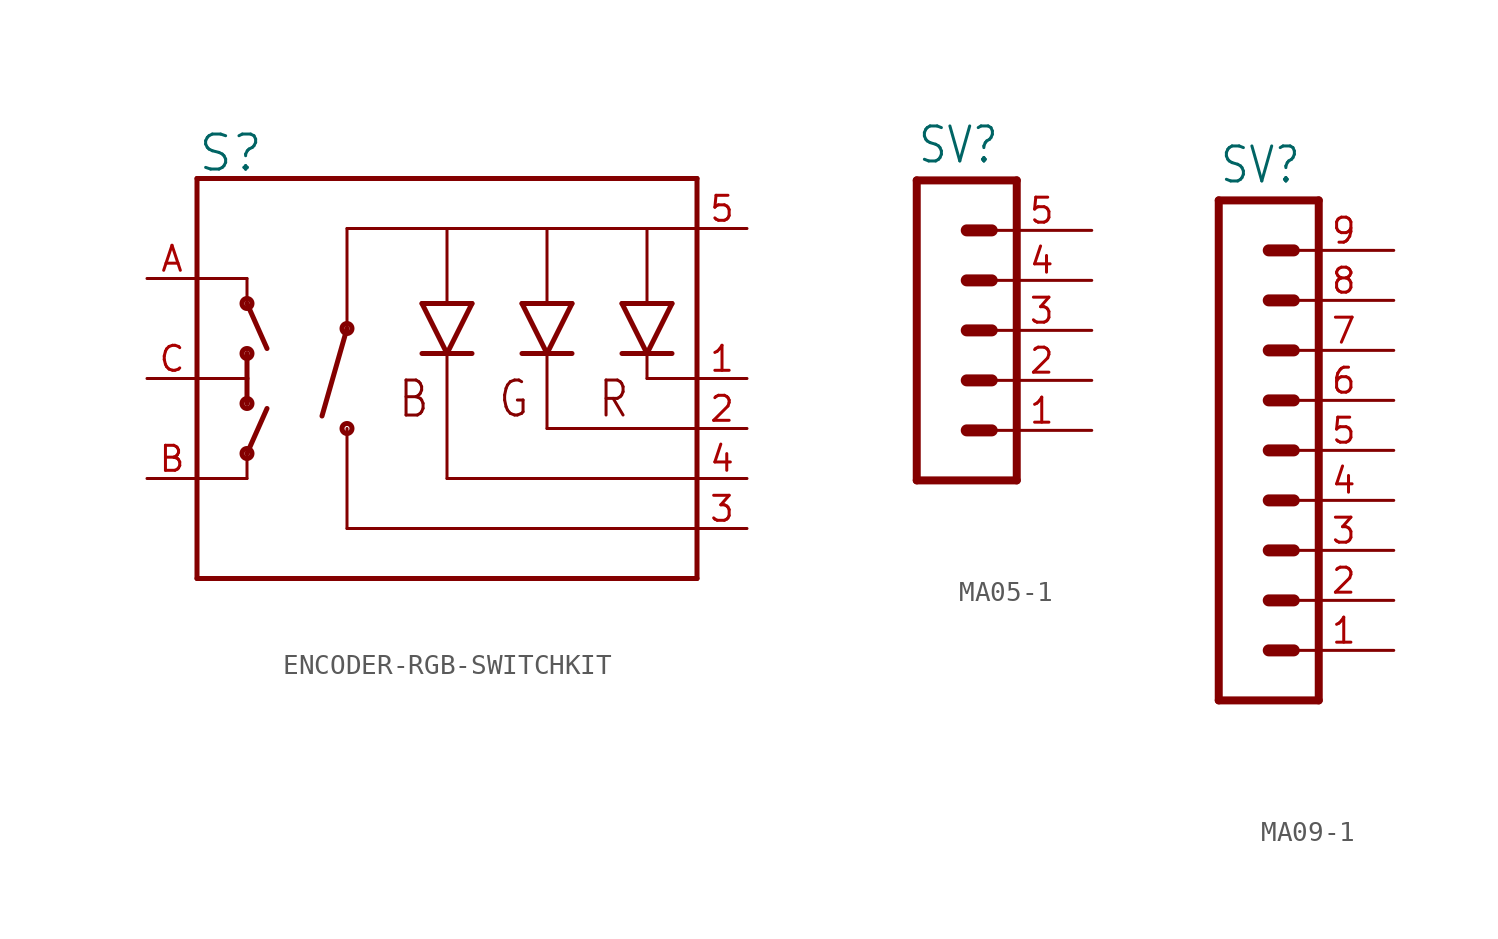
<source format=kicad_sym>
(kicad_symbol_lib
  (version 20220914)
  (generator kicad_symbol_editor)
  (symbol "ENCODER-RGB-SWITCHKIT"
    (property "Reference" "S"
      (at -12.7 10.414 0)
      (effects (font (size 1.778 1.778)) (justify left bottom)))
    (property "Value" ""
      (at -12.7 -10.541 0)
      (effects (font (size 1.778 1.778)) (justify left top)))
    (property "ki_locked" ""
      (at 0 0 0)
      (effects (font (size 1.27 1.27))))
    (symbol "ENCODER-RGB-SWITCHKIT_1_0"
      (circle (center -10.16 -3.81) (radius 0.254) (stroke (width 0.254) (type solid)) (fill (type none)))
      (circle (center -10.16 -1.27) (radius 0.254) (stroke (width 0.254) (type solid)) (fill (type none)))
      (circle (center -10.16 1.27) (radius 0.254) (stroke (width 0.254) (type solid)) (fill (type none)))
      (circle (center -10.16 3.81) (radius 0.254) (stroke (width 0.254) (type solid)) (fill (type none)))
      (circle (center -5.08 -2.54) (radius 0.254) (stroke (width 0.254) (type solid)) (fill (type none)))
      (circle (center -5.08 2.54) (radius 0.254) (stroke (width 0.254) (type solid)) (fill (type none)))
      (polyline (pts (xy -12.7 -10.16) (xy 12.7 -10.16)) (stroke (width 0.254) (type solid)) (fill (type none)))
      (polyline (pts (xy -12.7 -5.08) (xy -12.7 -10.16)) (stroke (width 0.254) (type solid)) (fill (type none)))
      (polyline (pts (xy -12.7 0) (xy -12.7 -5.08)) (stroke (width 0.254) (type solid)) (fill (type none)))
      (polyline (pts (xy -12.7 5.08) (xy -12.7 0)) (stroke (width 0.254) (type solid)) (fill (type none)))
      (polyline (pts (xy -12.7 5.08) (xy -10.16 5.08)) (stroke (width 0.152) (type solid)) (fill (type none)))
      (polyline (pts (xy -12.7 10.16) (xy -12.7 5.08)) (stroke (width 0.254) (type solid)) (fill (type none)))
      (polyline (pts (xy -10.16 -5.08) (xy -12.7 -5.08)) (stroke (width 0.152) (type solid)) (fill (type none)))
      (polyline (pts (xy -10.16 -5.08) (xy -10.16 -3.81)) (stroke (width 0.152) (type solid)) (fill (type none)))
      (polyline (pts (xy -10.16 -3.81) (xy -9.144 -1.524)) (stroke (width 0.254) (type solid)) (fill (type none)))
      (polyline (pts (xy -10.16 0) (xy -12.7 0)) (stroke (width 0.152) (type solid)) (fill (type none)))
      (polyline (pts (xy -10.16 0) (xy -10.16 -1.27)) (stroke (width 0.254) (type solid)) (fill (type none)))
      (polyline (pts (xy -10.16 0) (xy -10.16 1.27)) (stroke (width 0.254) (type solid)) (fill (type none)))
      (polyline (pts (xy -10.16 3.81) (xy -9.144 1.524)) (stroke (width 0.254) (type solid)) (fill (type none)))
      (polyline (pts (xy -10.16 5.08) (xy -10.16 3.81)) (stroke (width 0.152) (type solid)) (fill (type none)))
      (polyline (pts (xy -5.08 -7.62) (xy -5.08 -2.54)) (stroke (width 0.152) (type solid)) (fill (type none)))
      (polyline (pts (xy -5.08 -7.62) (xy 12.7 -7.62)) (stroke (width 0.152) (type solid)) (fill (type none)))
      (polyline (pts (xy -5.08 2.54) (xy -6.35 -1.905)) (stroke (width 0.254) (type solid)) (fill (type none)))
      (polyline (pts (xy -5.08 7.62) (xy -5.08 2.54)) (stroke (width 0.152) (type solid)) (fill (type none)))
      (polyline (pts (xy -5.08 7.62) (xy 0 7.62)) (stroke (width 0.152) (type solid)) (fill (type none)))
      (polyline (pts (xy -1.27 1.27) (xy 0 1.27)) (stroke (width 0.254) (type solid)) (fill (type none)))
      (polyline (pts (xy -1.27 3.81) (xy 0 1.27)) (stroke (width 0.254) (type solid)) (fill (type none)))
      (polyline (pts (xy -1.27 3.81) (xy 0 3.81)) (stroke (width 0.254) (type solid)) (fill (type none)))
      (polyline (pts (xy 0 -5.08) (xy 0 1.27)) (stroke (width 0.152) (type solid)) (fill (type none)))
      (polyline (pts (xy 0 -5.08) (xy 12.7 -5.08)) (stroke (width 0.152) (type solid)) (fill (type none)))
      (polyline (pts (xy 0 1.27) (xy 1.27 1.27)) (stroke (width 0.254) (type solid)) (fill (type none)))
      (polyline (pts (xy 0 1.27) (xy 1.27 3.81)) (stroke (width 0.254) (type solid)) (fill (type none)))
      (polyline (pts (xy 0 3.81) (xy 1.27 3.81)) (stroke (width 0.254) (type solid)) (fill (type none)))
      (polyline (pts (xy 0 7.62) (xy 0 3.81)) (stroke (width 0.152) (type solid)) (fill (type none)))
      (polyline (pts (xy 0 7.62) (xy 5.08 7.62)) (stroke (width 0.152) (type solid)) (fill (type none)))
      (polyline (pts (xy 3.81 1.27) (xy 5.08 1.27)) (stroke (width 0.254) (type solid)) (fill (type none)))
      (polyline (pts (xy 3.81 3.81) (xy 5.08 1.27)) (stroke (width 0.254) (type solid)) (fill (type none)))
      (polyline (pts (xy 3.81 3.81) (xy 5.08 3.81)) (stroke (width 0.254) (type solid)) (fill (type none)))
      (polyline (pts (xy 5.08 -2.54) (xy 5.08 1.27)) (stroke (width 0.152) (type solid)) (fill (type none)))
      (polyline (pts (xy 5.08 -2.54) (xy 12.7 -2.54)) (stroke (width 0.152) (type solid)) (fill (type none)))
      (polyline (pts (xy 5.08 1.27) (xy 6.35 1.27)) (stroke (width 0.254) (type solid)) (fill (type none)))
      (polyline (pts (xy 5.08 1.27) (xy 6.35 3.81)) (stroke (width 0.254) (type solid)) (fill (type none)))
      (polyline (pts (xy 5.08 3.81) (xy 6.35 3.81)) (stroke (width 0.254) (type solid)) (fill (type none)))
      (polyline (pts (xy 5.08 7.62) (xy 5.08 3.81)) (stroke (width 0.152) (type solid)) (fill (type none)))
      (polyline (pts (xy 5.08 7.62) (xy 10.16 7.62)) (stroke (width 0.152) (type solid)) (fill (type none)))
      (polyline (pts (xy 8.89 1.27) (xy 10.16 1.27)) (stroke (width 0.254) (type solid)) (fill (type none)))
      (polyline (pts (xy 8.89 3.81) (xy 10.16 1.27)) (stroke (width 0.254) (type solid)) (fill (type none)))
      (polyline (pts (xy 8.89 3.81) (xy 10.16 3.81)) (stroke (width 0.254) (type solid)) (fill (type none)))
      (polyline (pts (xy 10.16 0) (xy 10.16 1.27)) (stroke (width 0.152) (type solid)) (fill (type none)))
      (polyline (pts (xy 10.16 0) (xy 12.7 0)) (stroke (width 0.152) (type solid)) (fill (type none)))
      (polyline (pts (xy 10.16 1.27) (xy 11.43 1.27)) (stroke (width 0.254) (type solid)) (fill (type none)))
      (polyline (pts (xy 10.16 1.27) (xy 11.43 3.81)) (stroke (width 0.254) (type solid)) (fill (type none)))
      (polyline (pts (xy 10.16 3.81) (xy 11.43 3.81)) (stroke (width 0.254) (type solid)) (fill (type none)))
      (polyline (pts (xy 10.16 7.62) (xy 10.16 3.81)) (stroke (width 0.152) (type solid)) (fill (type none)))
      (polyline (pts (xy 10.16 7.62) (xy 12.7 7.62)) (stroke (width 0.152) (type solid)) (fill (type none)))
      (polyline (pts (xy 12.7 10.16) (xy -12.7 10.16)) (stroke (width 0.254) (type solid)) (fill (type none)))
      (polyline (pts (xy 12.7 10.16) (xy 12.7 -10.16)) (stroke (width 0.254) (type solid)) (fill (type none)))
      (text "B" (at -2.54 0 0) (effects (font (size 1.778 1.511)) (justify left top)))
      (text "G" (at 2.54 0 0) (effects (font (size 1.778 1.511)) (justify left top)))
      (text "R" (at 7.62 0 0) (effects (font (size 1.778 1.511)) (justify left top)))
      (pin passive line (at 15.24 0 180) (length 2.54) (name "-R" (effects (font (size 0 0)))) (number "1" (effects (font (size 1.27 1.27)))))
      (pin passive line (at 15.24 -2.54 180) (length 2.54) (name "-G" (effects (font (size 0 0)))) (number "2" (effects (font (size 1.27 1.27)))))
      (pin passive line (at 15.24 -7.62 180) (length 2.54) (name "SW" (effects (font (size 0 0)))) (number "3" (effects (font (size 1.27 1.27)))))
      (pin passive line (at 15.24 -5.08 180) (length 2.54) (name "-B" (effects (font (size 0 0)))) (number "4" (effects (font (size 1.27 1.27)))))
      (pin passive line (at 15.24 7.62 180) (length 2.54) (name "+" (effects (font (size 0 0)))) (number "5" (effects (font (size 1.27 1.27)))))
      (pin bidirectional line (at -15.24 5.08 0) (length 2.54) (name "A" (effects (font (size 0 0)))) (number "A" (effects (font (size 1.27 1.27)))))
      (pin bidirectional line (at -15.24 -5.08 0) (length 2.54) (name "B" (effects (font (size 0 0)))) (number "B" (effects (font (size 1.27 1.27)))))
      (pin bidirectional line (at -15.24 0 0) (length 2.54) (name "C" (effects (font (size 0 0)))) (number "C" (effects (font (size 1.27 1.27)))))))
  (symbol "MA05-1"
    (property "Reference" "SV"
      (at -1.27 8.382 0)
      (effects (font (size 1.778 1.511)) (justify left bottom)))
    (property "Value" ""
      (at -1.27 -10.16 0)
      (effects (font (size 1.778 1.511)) (justify left bottom)))
    (property "ki_locked" ""
      (at 0 0 0)
      (effects (font (size 1.27 1.27))))
    (symbol "MA05-1_1_0"
      (polyline (pts (xy -1.27 7.62) (xy -1.27 -7.62)) (stroke (width 0.406) (type solid)) (fill (type none)))
      (polyline (pts (xy -1.27 7.62) (xy 3.81 7.62)) (stroke (width 0.406) (type solid)) (fill (type none)))
      (polyline (pts (xy 1.27 -5.08) (xy 2.54 -5.08)) (stroke (width 0.61) (type solid)) (fill (type none)))
      (polyline (pts (xy 1.27 -2.54) (xy 2.54 -2.54)) (stroke (width 0.61) (type solid)) (fill (type none)))
      (polyline (pts (xy 1.27 0) (xy 2.54 0)) (stroke (width 0.61) (type solid)) (fill (type none)))
      (polyline (pts (xy 1.27 2.54) (xy 2.54 2.54)) (stroke (width 0.61) (type solid)) (fill (type none)))
      (polyline (pts (xy 1.27 5.08) (xy 2.54 5.08)) (stroke (width 0.61) (type solid)) (fill (type none)))
      (polyline (pts (xy 3.81 -7.62) (xy -1.27 -7.62)) (stroke (width 0.406) (type solid)) (fill (type none)))
      (polyline (pts (xy 3.81 -7.62) (xy 3.81 7.62)) (stroke (width 0.406) (type solid)) (fill (type none)))
      (pin passive line (at 7.62 -5.08 180) (length 5.08) (name "1" (effects (font (size 0 0)))) (number "1" (effects (font (size 1.27 1.27)))))
      (pin passive line (at 7.62 -2.54 180) (length 5.08) (name "2" (effects (font (size 0 0)))) (number "2" (effects (font (size 1.27 1.27)))))
      (pin passive line (at 7.62 0 180) (length 5.08) (name "3" (effects (font (size 0 0)))) (number "3" (effects (font (size 1.27 1.27)))))
      (pin passive line (at 7.62 2.54 180) (length 5.08) (name "4" (effects (font (size 0 0)))) (number "4" (effects (font (size 1.27 1.27)))))
      (pin passive line (at 7.62 5.08 180) (length 5.08) (name "5" (effects (font (size 0 0)))) (number "5" (effects (font (size 1.27 1.27)))))))
  (symbol "MA09-1"
    (property "Reference" "SV"
      (at -1.27 13.462 0)
      (effects (font (size 1.778 1.511)) (justify left bottom)))
    (property "Value" ""
      (at -1.27 -15.24 0)
      (effects (font (size 1.778 1.511)) (justify left bottom)))
    (property "ki_locked" ""
      (at 0 0 0)
      (effects (font (size 1.27 1.27))))
    (symbol "MA09-1_1_0"
      (polyline (pts (xy -1.27 12.7) (xy -1.27 -12.7)) (stroke (width 0.406) (type solid)) (fill (type none)))
      (polyline (pts (xy -1.27 12.7) (xy 3.81 12.7)) (stroke (width 0.406) (type solid)) (fill (type none)))
      (polyline (pts (xy 1.27 -10.16) (xy 2.54 -10.16)) (stroke (width 0.61) (type solid)) (fill (type none)))
      (polyline (pts (xy 1.27 -7.62) (xy 2.54 -7.62)) (stroke (width 0.61) (type solid)) (fill (type none)))
      (polyline (pts (xy 1.27 -5.08) (xy 2.54 -5.08)) (stroke (width 0.61) (type solid)) (fill (type none)))
      (polyline (pts (xy 1.27 -2.54) (xy 2.54 -2.54)) (stroke (width 0.61) (type solid)) (fill (type none)))
      (polyline (pts (xy 1.27 0) (xy 2.54 0)) (stroke (width 0.61) (type solid)) (fill (type none)))
      (polyline (pts (xy 1.27 2.54) (xy 2.54 2.54)) (stroke (width 0.61) (type solid)) (fill (type none)))
      (polyline (pts (xy 1.27 5.08) (xy 2.54 5.08)) (stroke (width 0.61) (type solid)) (fill (type none)))
      (polyline (pts (xy 1.27 7.62) (xy 2.54 7.62)) (stroke (width 0.61) (type solid)) (fill (type none)))
      (polyline (pts (xy 1.27 10.16) (xy 2.54 10.16)) (stroke (width 0.61) (type solid)) (fill (type none)))
      (polyline (pts (xy 3.81 -12.7) (xy -1.27 -12.7)) (stroke (width 0.406) (type solid)) (fill (type none)))
      (polyline (pts (xy 3.81 -12.7) (xy 3.81 12.7)) (stroke (width 0.406) (type solid)) (fill (type none)))
      (pin passive line (at 7.62 -10.16 180) (length 5.08) (name "1" (effects (font (size 0 0)))) (number "1" (effects (font (size 1.27 1.27)))))
      (pin passive line (at 7.62 -7.62 180) (length 5.08) (name "2" (effects (font (size 0 0)))) (number "2" (effects (font (size 1.27 1.27)))))
      (pin passive line (at 7.62 -5.08 180) (length 5.08) (name "3" (effects (font (size 0 0)))) (number "3" (effects (font (size 1.27 1.27)))))
      (pin passive line (at 7.62 -2.54 180) (length 5.08) (name "4" (effects (font (size 0 0)))) (number "4" (effects (font (size 1.27 1.27)))))
      (pin passive line (at 7.62 0 180) (length 5.08) (name "5" (effects (font (size 0 0)))) (number "5" (effects (font (size 1.27 1.27)))))
      (pin passive line (at 7.62 2.54 180) (length 5.08) (name "6" (effects (font (size 0 0)))) (number "6" (effects (font (size 1.27 1.27)))))
      (pin passive line (at 7.62 5.08 180) (length 5.08) (name "7" (effects (font (size 0 0)))) (number "7" (effects (font (size 1.27 1.27)))))
      (pin passive line (at 7.62 7.62 180) (length 5.08) (name "8" (effects (font (size 0 0)))) (number "8" (effects (font (size 1.27 1.27)))))
      (pin passive line (at 7.62 10.16 180) (length 5.08) (name "9" (effects (font (size 0 0)))) (number "9" (effects (font (size 1.27 1.27))))))))
</source>
